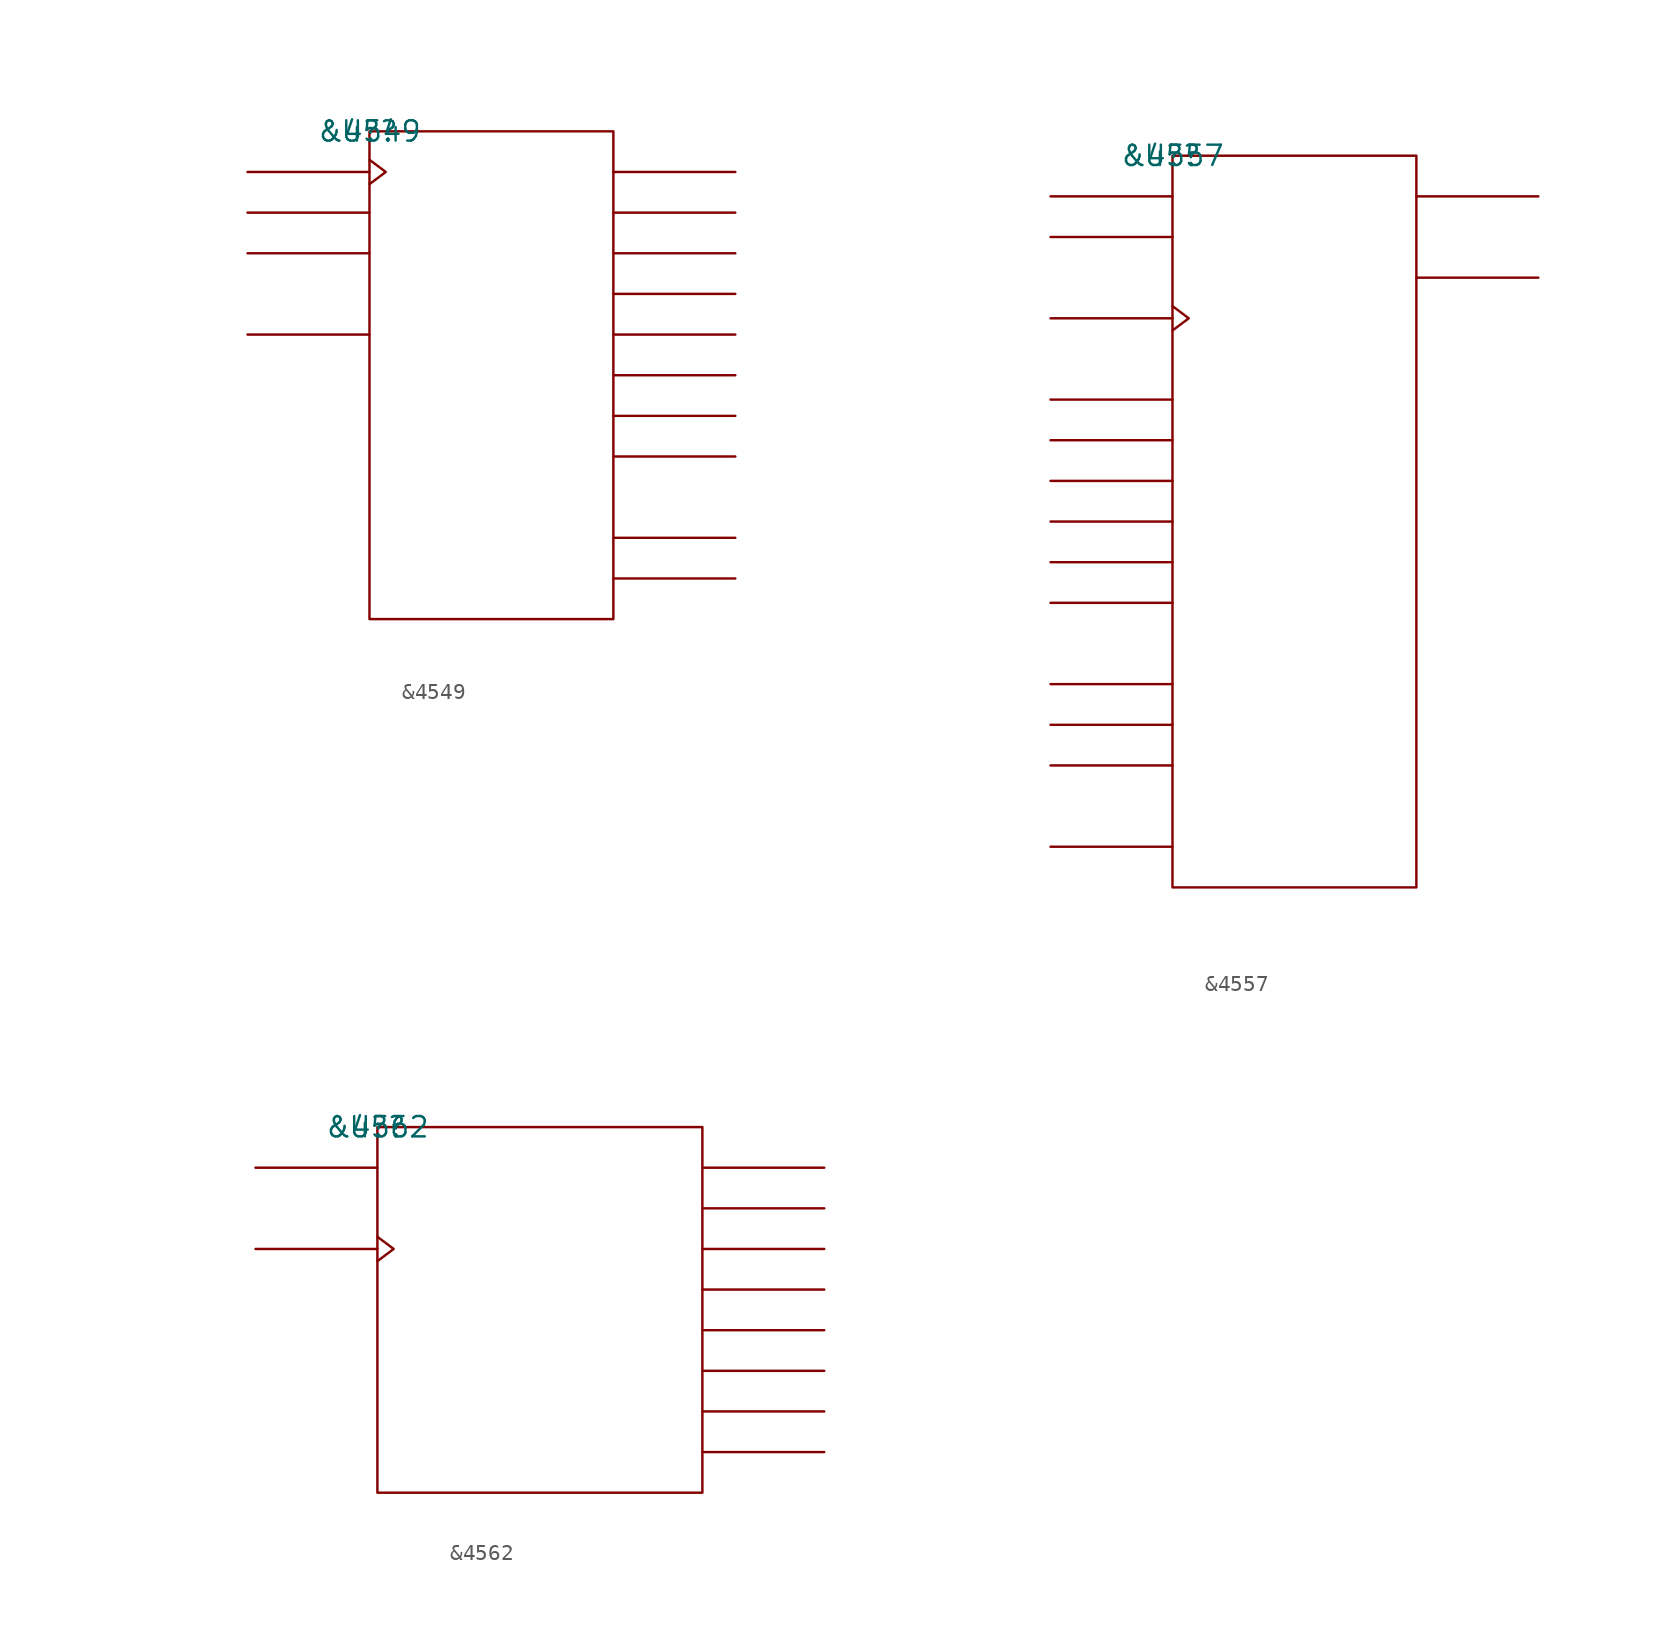
<source format=kicad_sym>
(kicad_symbol_lib
  (version 20211014)
  (generator kicad_symbol_editor)
  (symbol "&4549"
    (pin_names
      (offset 0.762))
    (property "Reference" "U?"
      (at 0 0 0)
      (effects (font (size 1.27 1.27))))
    (property "Value" "&4549"
      (at 0 0 0)
      (effects (font (size 1.27 1.27))))
    (symbol "&4549_0_1"
      (rectangle (start 0 -30.48) (end 15.24 0) (stroke (width 0) (type default) (color 0 0 0 0)) (fill (type none)))
      (polyline (pts (xy 0 -12.7) (xy -7.62 -12.7)) (stroke (width 0) (type default) (color 0 0 0 0)) (fill (type none)))
      (polyline (pts (xy 0 -7.62) (xy -7.62 -7.62)) (stroke (width 0) (type default) (color 0 0 0 0)) (fill (type none)))
      (polyline (pts (xy 0 -5.08) (xy -7.62 -5.08)) (stroke (width 0) (type default) (color 0 0 0 0)) (fill (type none)))
      (polyline (pts (xy 0 -2.54) (xy -7.62 -2.54)) (stroke (width 0) (type default) (color 0 0 0 0)) (fill (type none)))
      (polyline (pts (xy 15.24 -27.94) (xy 22.86 -27.94)) (stroke (width 0) (type default) (color 0 0 0 0)) (fill (type none)))
      (polyline (pts (xy 15.24 -25.4) (xy 22.86 -25.4)) (stroke (width 0) (type default) (color 0 0 0 0)) (fill (type none)))
      (polyline (pts (xy 15.24 -20.32) (xy 22.86 -20.32)) (stroke (width 0) (type default) (color 0 0 0 0)) (fill (type none)))
      (polyline (pts (xy 15.24 -17.78) (xy 22.86 -17.78)) (stroke (width 0) (type default) (color 0 0 0 0)) (fill (type none)))
      (polyline (pts (xy 15.24 -15.24) (xy 22.86 -15.24)) (stroke (width 0) (type default) (color 0 0 0 0)) (fill (type none)))
      (polyline (pts (xy 15.24 -12.7) (xy 22.86 -12.7)) (stroke (width 0) (type default) (color 0 0 0 0)) (fill (type none)))
      (polyline (pts (xy 15.24 -10.16) (xy 22.86 -10.16)) (stroke (width 0) (type default) (color 0 0 0 0)) (fill (type none)))
      (polyline (pts (xy 15.24 -7.62) (xy 22.86 -7.62)) (stroke (width 0) (type default) (color 0 0 0 0)) (fill (type none)))
      (polyline (pts (xy 15.24 -5.08) (xy 22.86 -5.08)) (stroke (width 0) (type default) (color 0 0 0 0)) (fill (type none)))
      (polyline (pts (xy 15.24 -2.54) (xy 22.86 -2.54)) (stroke (width 0) (type default) (color 0 0 0 0)) (fill (type none)))
      (polyline (pts (xy 0 -1.778) (xy 1.016 -2.54) (xy 0 -3.302)) (stroke (width 0) (type default) (color 0 0 0 0)) (fill (type none))))
    (symbol "&4549_1_1"
      (pin unspecified line (at 22.86 -12.7 180) (length 7.62) hide (name "Q4" (effects (font (size 1.245 1.245)))) (number "1" (effects (font (size 1.245 1.245)))))
      (pin unspecified line (at -7.62 -12.7 0) (length 7.62) hide (name "MR" (effects (font (size 1.245 1.245)))) (number "10" (effects (font (size 1.245 1.245)))))
      (pin unspecified line (at 22.86 -25.4 180) (length 7.62) hide (name "EOC" (effects (font (size 1.245 1.245)))) (number "11" (effects (font (size 1.245 1.245)))))
      (pin unspecified line (at 22.86 -2.54 180) (length 7.62) hide (name "Q0" (effects (font (size 1.245 1.245)))) (number "12" (effects (font (size 1.245 1.245)))))
      (pin unspecified line (at 22.86 -5.08 180) (length 7.62) hide (name "Q1" (effects (font (size 1.245 1.245)))) (number "13" (effects (font (size 1.245 1.245)))))
      (pin unspecified line (at 22.86 -7.62 180) (length 7.62) hide (name "Q2" (effects (font (size 1.245 1.245)))) (number "14" (effects (font (size 1.245 1.245)))))
      (pin unspecified line (at 22.86 -10.16 180) (length 7.62) hide (name "Q3" (effects (font (size 1.245 1.245)))) (number "15" (effects (font (size 1.245 1.245)))))
      (pin power_in line (at 7.62 0 180) (length 7.62) hide (name "VCC" (effects (font (size 1.245 1.245)))) (number "16" (effects (font (size 1.245 1.245)))))
      (pin unspecified line (at 22.86 -15.24 180) (length 7.62) hide (name "Q5" (effects (font (size 1.245 1.245)))) (number "2" (effects (font (size 1.245 1.245)))))
      (pin unspecified line (at 22.86 -17.78 180) (length 7.62) hide (name "Q6" (effects (font (size 1.245 1.245)))) (number "3" (effects (font (size 1.245 1.245)))))
      (pin unspecified line (at 22.86 -20.32 180) (length 7.62) hide (name "Q7" (effects (font (size 1.245 1.245)))) (number "4" (effects (font (size 1.245 1.245)))))
      (pin unspecified line (at 22.86 -27.94 180) (length 7.62) hide (name "SO" (effects (font (size 1.245 1.245)))) (number "5" (effects (font (size 1.245 1.245)))))
      (pin unspecified line (at -7.62 -7.62 0) (length 7.62) hide (name "D" (effects (font (size 1.245 1.245)))) (number "6" (effects (font (size 1.245 1.245)))))
      (pin unspecified line (at -7.62 -2.54 180) (length 7.62) hide (name "CLK" (effects (font (size 1.245 1.245)))) (number "7" (effects (font (size 1.245 1.245)))))
      (pin power_in line (at 2.54 -30.48 180) (length 7.62) hide (name "GND" (effects (font (size 1.245 1.245)))) (number "8" (effects (font (size 1.245 1.245)))))
      (pin unspecified line (at -7.62 -5.08 0) (length 7.62) hide (name "SC" (effects (font (size 1.245 1.245)))) (number "9" (effects (font (size 1.245 1.245)))))))
  (symbol "&4557"
    (pin_names
      (offset 0.762))
    (property "Reference" "U?"
      (at 0 0 0)
      (effects (font (size 1.27 1.27))))
    (property "Value" "&4557"
      (at 0 0 0)
      (effects (font (size 1.27 1.27))))
    (symbol "&4557_0_1"
      (rectangle (start 0 -45.72) (end 15.24 0) (stroke (width 0) (type default) (color 0 0 0 0)) (fill (type none)))
      (polyline (pts (xy 0 -43.18) (xy -7.62 -43.18)) (stroke (width 0) (type default) (color 0 0 0 0)) (fill (type none)))
      (polyline (pts (xy 0 -38.1) (xy -7.62 -38.1)) (stroke (width 0) (type default) (color 0 0 0 0)) (fill (type none)))
      (polyline (pts (xy 0 -35.56) (xy -7.62 -35.56)) (stroke (width 0) (type default) (color 0 0 0 0)) (fill (type none)))
      (polyline (pts (xy 0 -33.02) (xy -7.62 -33.02)) (stroke (width 0) (type default) (color 0 0 0 0)) (fill (type none)))
      (polyline (pts (xy 0 -27.94) (xy -7.62 -27.94)) (stroke (width 0) (type default) (color 0 0 0 0)) (fill (type none)))
      (polyline (pts (xy 0 -25.4) (xy -7.62 -25.4)) (stroke (width 0) (type default) (color 0 0 0 0)) (fill (type none)))
      (polyline (pts (xy 0 -22.86) (xy -7.62 -22.86)) (stroke (width 0) (type default) (color 0 0 0 0)) (fill (type none)))
      (polyline (pts (xy 0 -20.32) (xy -7.62 -20.32)) (stroke (width 0) (type default) (color 0 0 0 0)) (fill (type none)))
      (polyline (pts (xy 0 -17.78) (xy -7.62 -17.78)) (stroke (width 0) (type default) (color 0 0 0 0)) (fill (type none)))
      (polyline (pts (xy 0 -15.24) (xy -7.62 -15.24)) (stroke (width 0) (type default) (color 0 0 0 0)) (fill (type none)))
      (polyline (pts (xy 0 -10.16) (xy -7.62 -10.16)) (stroke (width 0) (type default) (color 0 0 0 0)) (fill (type none)))
      (polyline (pts (xy 0 -5.08) (xy -7.62 -5.08)) (stroke (width 0) (type default) (color 0 0 0 0)) (fill (type none)))
      (polyline (pts (xy 0 -2.54) (xy -7.62 -2.54)) (stroke (width 0) (type default) (color 0 0 0 0)) (fill (type none)))
      (polyline (pts (xy 15.24 -7.62) (xy 22.86 -7.62)) (stroke (width 0) (type default) (color 0 0 0 0)) (fill (type none)))
      (polyline (pts (xy 15.24 -2.54) (xy 22.86 -2.54)) (stroke (width 0) (type default) (color 0 0 0 0)) (fill (type none)))
      (polyline (pts (xy 0 -9.398) (xy 1.016 -10.16) (xy 0 -10.922)) (stroke (width 0) (type default) (color 0 0 0 0)) (fill (type none))))
    (symbol "&4557_1_1"
      (pin unspecified line (at -7.62 -17.78 0) (length 7.62) hide (name "L2" (effects (font (size 1.245 1.245)))) (number "1" (effects (font (size 1.245 1.245)))))
      (pin unspecified line (at 22.86 -2.54 180) (length 7.62) hide (name "Q" (effects (font (size 1.245 1.245)))) (number "10" (effects (font (size 1.245 1.245)))))
      (pin unspecified line (at 22.86 -7.62 180) (length 7.62) hide (name "Q\\" (effects (font (size 1.245 1.245)))) (number "11" (effects (font (size 1.245 1.245)))))
      (pin unspecified line (at -7.62 -27.94 0) (length 7.62) hide (name "L32" (effects (font (size 1.245 1.245)))) (number "12" (effects (font (size 1.245 1.245)))))
      (pin unspecified line (at -7.62 -25.4 0) (length 7.62) hide (name "L16" (effects (font (size 1.245 1.245)))) (number "13" (effects (font (size 1.245 1.245)))))
      (pin unspecified line (at -7.62 -22.86 0) (length 7.62) hide (name "L8" (effects (font (size 1.245 1.245)))) (number "14" (effects (font (size 1.245 1.245)))))
      (pin unspecified line (at -7.62 -20.32 0) (length 7.62) hide (name "L4" (effects (font (size 1.245 1.245)))) (number "15" (effects (font (size 1.245 1.245)))))
      (pin power_in line (at -7.62 -43.18 0) (length 7.62) hide (name "VDD" (effects (font (size 1.245 1.245)))) (number "16" (effects (font (size 1.245 1.245)))))
      (pin unspecified line (at -7.62 -15.24 0) (length 7.62) hide (name "L1" (effects (font (size 1.245 1.245)))) (number "2" (effects (font (size 1.245 1.245)))))
      (pin unspecified line (at -7.62 -35.56 0) (length 7.62) hide (name "RST" (effects (font (size 1.245 1.245)))) (number "3" (effects (font (size 1.245 1.245)))))
      (pin unspecified line (at -7.62 -10.16 180) (length 7.62) hide (name "CLK" (effects (font (size 1.245 1.245)))) (number "4" (effects (font (size 1.245 1.245)))))
      (pin unspecified line (at -7.62 -38.1 0) (length 7.62) hide (name "C\\E\\" (effects (font (size 1.245 1.245)))) (number "5" (effects (font (size 1.245 1.245)))))
      (pin unspecified line (at -7.62 -5.08 0) (length 7.62) hide (name "B" (effects (font (size 1.245 1.245)))) (number "6" (effects (font (size 1.245 1.245)))))
      (pin unspecified line (at -7.62 -2.54 0) (length 7.62) hide (name "A" (effects (font (size 1.245 1.245)))) (number "7" (effects (font (size 1.245 1.245)))))
      (pin power_in line (at 7.62 -45.72 0) (length 7.62) hide (name "GND" (effects (font (size 1.245 1.245)))) (number "8" (effects (font (size 1.245 1.245)))))
      (pin unspecified line (at -7.62 -33.02 0) (length 7.62) hide (name "A/B\\" (effects (font (size 1.245 1.245)))) (number "9" (effects (font (size 1.245 1.245)))))))
  (symbol "&4562"
    (pin_names
      (offset 0.762))
    (property "Reference" "U?"
      (at 0 0 0)
      (effects (font (size 1.27 1.27))))
    (property "Value" "&4562"
      (at 0 0 0)
      (effects (font (size 1.27 1.27))))
    (symbol "&4562_0_1"
      (rectangle (start 0 -22.86) (end 20.32 0) (stroke (width 0) (type default) (color 0 0 0 0)) (fill (type none)))
      (polyline (pts (xy 0 -7.62) (xy -7.62 -7.62)) (stroke (width 0) (type default) (color 0 0 0 0)) (fill (type none)))
      (polyline (pts (xy 0 -2.54) (xy -7.62 -2.54)) (stroke (width 0) (type default) (color 0 0 0 0)) (fill (type none)))
      (polyline (pts (xy 20.32 -20.32) (xy 27.94 -20.32)) (stroke (width 0) (type default) (color 0 0 0 0)) (fill (type none)))
      (polyline (pts (xy 20.32 -17.78) (xy 27.94 -17.78)) (stroke (width 0) (type default) (color 0 0 0 0)) (fill (type none)))
      (polyline (pts (xy 20.32 -15.24) (xy 27.94 -15.24)) (stroke (width 0) (type default) (color 0 0 0 0)) (fill (type none)))
      (polyline (pts (xy 20.32 -12.7) (xy 27.94 -12.7)) (stroke (width 0) (type default) (color 0 0 0 0)) (fill (type none)))
      (polyline (pts (xy 20.32 -10.16) (xy 27.94 -10.16)) (stroke (width 0) (type default) (color 0 0 0 0)) (fill (type none)))
      (polyline (pts (xy 20.32 -7.62) (xy 27.94 -7.62)) (stroke (width 0) (type default) (color 0 0 0 0)) (fill (type none)))
      (polyline (pts (xy 20.32 -5.08) (xy 27.94 -5.08)) (stroke (width 0) (type default) (color 0 0 0 0)) (fill (type none)))
      (polyline (pts (xy 20.32 -2.54) (xy 27.94 -2.54)) (stroke (width 0) (type default) (color 0 0 0 0)) (fill (type none)))
      (polyline (pts (xy 0 -6.858) (xy 1.016 -7.62) (xy 0 -8.382)) (stroke (width 0) (type default) (color 0 0 0 0)) (fill (type none))))
    (symbol "&4562_1_1"
      (pin unspecified line (at 27.94 -10.16 180) (length 7.62) hide (name "Q64" (effects (font (size 1.245 1.245)))) (number "1" (effects (font (size 1.245 1.245)))))
      (pin unspecified line (at 27.94 -2.54 180) (length 7.62) hide (name "Q16" (effects (font (size 1.245 1.245)))) (number "10" (effects (font (size 1.245 1.245)))))
      (pin unspecified line (at -7.62 -2.54 0) (length 7.62) hide (name "D" (effects (font (size 1.245 1.245)))) (number "12" (effects (font (size 1.245 1.245)))))
      (pin unspecified line (at 27.94 -5.08 180) (length 7.62) hide (name "Q32" (effects (font (size 1.245 1.245)))) (number "13" (effects (font (size 1.245 1.245)))))
      (pin power_in line (at 5.08 0 180) (length 7.62) hide (name "VCC" (effects (font (size 1.245 1.245)))) (number "14" (effects (font (size 1.245 1.245)))))
      (pin unspecified line (at 27.94 -15.24 180) (length 7.62) hide (name "Q96" (effects (font (size 1.245 1.245)))) (number "2" (effects (font (size 1.245 1.245)))))
      (pin unspecified line (at 27.94 -20.32 180) (length 7.62) hide (name "Q128" (effects (font (size 1.245 1.245)))) (number "3" (effects (font (size 1.245 1.245)))))
      (pin unspecified line (at -7.62 -7.62 180) (length 7.62) hide (name "CLK" (effects (font (size 1.245 1.245)))) (number "5" (effects (font (size 1.245 1.245)))))
      (pin unspecified line (at 27.94 -17.78 180) (length 7.62) hide (name "Q112" (effects (font (size 1.245 1.245)))) (number "6" (effects (font (size 1.245 1.245)))))
      (pin power_in line (at 2.54 -22.86 180) (length 7.62) hide (name "GND" (effects (font (size 1.245 1.245)))) (number "7" (effects (font (size 1.245 1.245)))))
      (pin unspecified line (at 27.94 -12.7 180) (length 7.62) hide (name "Q80" (effects (font (size 1.245 1.245)))) (number "8" (effects (font (size 1.245 1.245)))))
      (pin unspecified line (at 27.94 -7.62 180) (length 7.62) hide (name "Q48" (effects (font (size 1.245 1.245)))) (number "9" (effects (font (size 1.245 1.245))))))))
</source>
